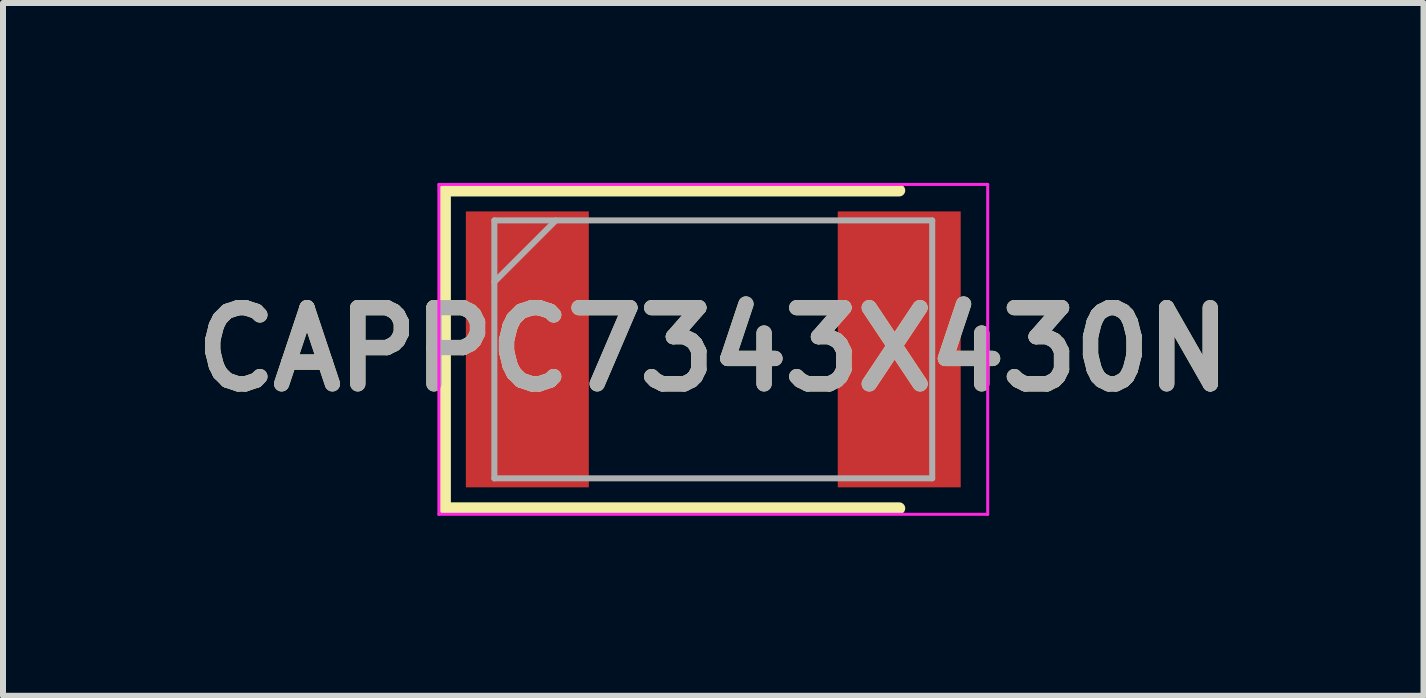
<source format=kicad_pcb>
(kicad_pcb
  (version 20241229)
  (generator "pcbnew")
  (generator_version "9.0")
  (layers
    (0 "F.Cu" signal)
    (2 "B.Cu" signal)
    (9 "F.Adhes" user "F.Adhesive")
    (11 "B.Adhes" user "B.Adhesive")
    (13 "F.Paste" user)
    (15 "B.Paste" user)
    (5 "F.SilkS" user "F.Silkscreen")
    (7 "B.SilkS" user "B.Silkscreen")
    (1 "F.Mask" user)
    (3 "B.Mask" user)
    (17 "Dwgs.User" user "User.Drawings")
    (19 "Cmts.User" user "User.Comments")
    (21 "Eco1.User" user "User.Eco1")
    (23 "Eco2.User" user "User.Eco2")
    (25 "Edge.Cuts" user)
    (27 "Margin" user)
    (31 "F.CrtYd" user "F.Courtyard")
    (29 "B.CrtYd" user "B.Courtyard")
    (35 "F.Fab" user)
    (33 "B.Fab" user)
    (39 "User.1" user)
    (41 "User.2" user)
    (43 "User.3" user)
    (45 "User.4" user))
  (footprint "CAPPC7343X430N"
    (layer "F.Cu")
    (at 8.842 2.775)
    (property "Reference" "CAPPC7343X430N" (at 0 0 0) (layer "F.SilkS") (effects (font (size 1.27 1.27) (thickness 0.254))))
    (attr smd)
    (fp_line (start -4.475 -2.65) (end -4.475 2.65) (stroke (width 0.2) (type solid)) (layer "F.SilkS"))
    (fp_line (start -4.475 2.65) (end 3.1 2.65) (stroke (width 0.2) (type solid)) (layer "F.SilkS"))
    (fp_line (start 3.1 -2.65) (end -4.475 -2.65) (stroke (width 0.2) (type solid)) (layer "F.SilkS"))
    (fp_line (start -4.575 -2.75) (end 4.575 -2.75) (stroke (width 0.05) (type solid)) (layer "F.CrtYd"))
    (fp_line (start -4.575 2.75) (end -4.575 -2.75) (stroke (width 0.05) (type solid)) (layer "F.CrtYd"))
    (fp_line (start 4.575 -2.75) (end 4.575 2.75) (stroke (width 0.05) (type solid)) (layer "F.CrtYd"))
    (fp_line (start 4.575 2.75) (end -4.575 2.75) (stroke (width 0.05) (type solid)) (layer "F.CrtYd"))
    (fp_line (start -3.65 -2.15) (end 3.65 -2.15) (stroke (width 0.1) (type solid)) (layer "F.Fab"))
    (fp_line (start -3.65 -1.125) (end -2.625 -2.15) (stroke (width 0.1) (type solid)) (layer "F.Fab"))
    (fp_line (start -3.65 2.15) (end -3.65 -2.15) (stroke (width 0.1) (type solid)) (layer "F.Fab"))
    (fp_line (start 3.65 -2.15) (end 3.65 2.15) (stroke (width 0.1) (type solid)) (layer "F.Fab"))
    (fp_line (start 3.65 2.15) (end -3.65 2.15) (stroke (width 0.1) (type solid)) (layer "F.Fab"))
    (fp_text user "${REFERENCE}" (at 0 0 0) (layer "F.Fab") (effects (font (size 1.27 1.27) (thickness 0.254))))
    (pad "1" smd rect (at -3.1 0) (size 2.05 4.6) (layers "F.Cu" "F.Mask" "F.Paste"))
    (pad "2" smd rect (at 3.1 0) (size 2.05 4.6) (layers "F.Cu" "F.Mask" "F.Paste")))
  (gr_rect
    (start -3 -3)
    (end 20.683 8.55)
    (stroke (width 0.1) (type default))
    (fill no)
    (layer "Edge.Cuts")))
</source>
